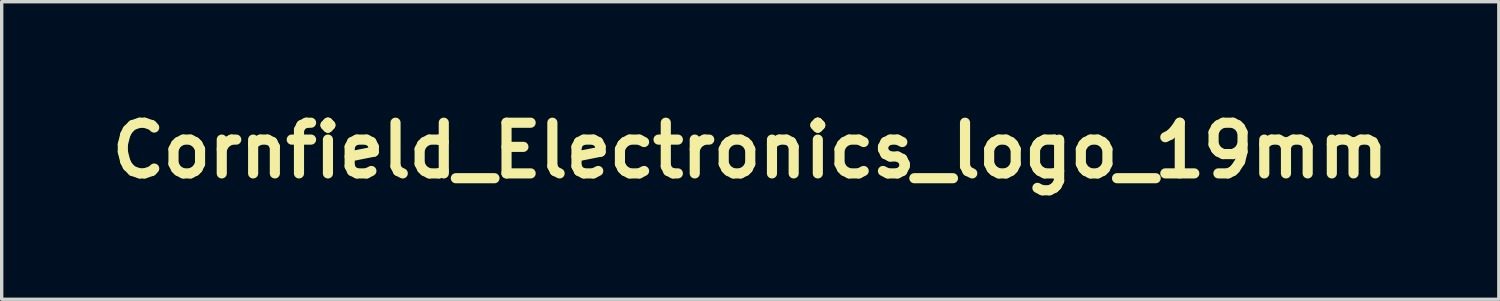
<source format=kicad_pcb>
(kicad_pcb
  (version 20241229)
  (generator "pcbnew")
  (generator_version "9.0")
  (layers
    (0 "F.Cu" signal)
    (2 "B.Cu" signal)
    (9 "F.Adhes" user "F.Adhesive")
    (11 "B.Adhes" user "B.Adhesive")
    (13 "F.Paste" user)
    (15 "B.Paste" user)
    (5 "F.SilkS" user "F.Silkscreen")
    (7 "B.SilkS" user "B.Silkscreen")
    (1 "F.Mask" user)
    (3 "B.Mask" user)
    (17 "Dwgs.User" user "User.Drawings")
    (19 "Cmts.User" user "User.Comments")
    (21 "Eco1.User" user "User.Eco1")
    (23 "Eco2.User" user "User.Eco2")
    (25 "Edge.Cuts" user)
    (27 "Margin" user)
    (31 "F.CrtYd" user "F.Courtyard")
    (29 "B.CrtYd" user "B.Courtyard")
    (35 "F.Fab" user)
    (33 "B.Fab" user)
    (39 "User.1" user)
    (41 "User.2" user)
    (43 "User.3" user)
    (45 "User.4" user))
  (footprint "Cornfield_Electronics_logo_19mm"
    (layer "F.Cu")
    (at 19.157 1.404)
    (property "Reference" "Cornfield_Electronics_logo_19mm" (at 0 0 0) (layer "F.SilkS") (effects (font (size 1.5 1.5) (thickness 0.3))))
    (attr board_only exclude_from_pos_files exclude_from_bom)
    (fp_poly (pts (xy -9.242 -0.68) (xy -9.234 -0.652) (xy -9.25 -0.616) (xy -9.278 -0.608) (xy -9.314 -0.624) (xy -9.321 -0.652) (xy -9.306 -0.688) (xy -9.278 -0.695)) (stroke (width 0) (type solid)) (fill yes) (layer "F.Mask"))
    (fp_poly (pts (xy -9.242 -0.55) (xy -9.234 -0.521) (xy -9.25 -0.485) (xy -9.278 -0.478) (xy -9.314 -0.493) (xy -9.321 -0.521) (xy -9.306 -0.558) (xy -9.278 -0.565)) (stroke (width 0) (type solid)) (fill yes) (layer "F.Mask"))
    (fp_poly (pts (xy -9.242 -0.397) (xy -9.234 -0.369) (xy -9.25 -0.333) (xy -9.278 -0.326) (xy -9.314 -0.341) (xy -9.321 -0.369) (xy -9.306 -0.406) (xy -9.278 -0.413)) (stroke (width 0) (type solid)) (fill yes) (layer "F.Mask"))
    (fp_poly (pts (xy -9.111 -0.767) (xy -9.104 -0.739) (xy -9.119 -0.702) (xy -9.147 -0.695) (xy -9.184 -0.711) (xy -9.191 -0.739) (xy -9.176 -0.775) (xy -9.147 -0.782)) (stroke (width 0) (type solid)) (fill yes) (layer "F.Mask"))
    (fp_poly (pts (xy -9.111 -0.615) (xy -9.104 -0.587) (xy -9.119 -0.55) (xy -9.147 -0.543) (xy -9.184 -0.559) (xy -9.191 -0.587) (xy -9.176 -0.623) (xy -9.147 -0.63)) (stroke (width 0) (type solid)) (fill yes) (layer "F.Mask"))
    (fp_poly (pts (xy -9.111 -0.463) (xy -9.104 -0.435) (xy -9.119 -0.398) (xy -9.147 -0.391) (xy -9.184 -0.406) (xy -9.191 -0.435) (xy -9.176 -0.471) (xy -9.147 -0.478)) (stroke (width 0) (type solid)) (fill yes) (layer "F.Mask"))
    (fp_poly (pts (xy -9.111 -0.332) (xy -9.104 -0.304) (xy -9.119 -0.268) (xy -9.147 -0.261) (xy -9.184 -0.276) (xy -9.191 -0.304) (xy -9.176 -0.341) (xy -9.147 -0.348)) (stroke (width 0) (type solid)) (fill yes) (layer "F.Mask"))
    (fp_poly (pts (xy -8.959 -0.68) (xy -8.952 -0.652) (xy -8.967 -0.616) (xy -8.995 -0.608) (xy -9.032 -0.624) (xy -9.039 -0.652) (xy -9.023 -0.688) (xy -8.995 -0.695)) (stroke (width 0) (type solid)) (fill yes) (layer "F.Mask"))
    (fp_poly (pts (xy -8.959 -0.55) (xy -8.952 -0.521) (xy -8.967 -0.485) (xy -8.995 -0.478) (xy -9.032 -0.493) (xy -9.039 -0.521) (xy -9.023 -0.558) (xy -8.995 -0.565)) (stroke (width 0) (type solid)) (fill yes) (layer "F.Mask"))
    (fp_poly (pts (xy -8.959 -0.397) (xy -8.952 -0.369) (xy -8.967 -0.333) (xy -8.995 -0.326) (xy -9.032 -0.341) (xy -9.039 -0.369) (xy -9.023 -0.406) (xy -8.995 -0.413)) (stroke (width 0) (type solid)) (fill yes) (layer "F.Mask"))
    (fp_poly (pts (xy -8.438 -0.68) (xy -8.43 -0.652) (xy -8.446 -0.616) (xy -8.474 -0.608) (xy -8.51 -0.624) (xy -8.517 -0.652) (xy -8.502 -0.688) (xy -8.474 -0.695)) (stroke (width 0) (type solid)) (fill yes) (layer "F.Mask"))
    (fp_poly (pts (xy -8.438 -0.55) (xy -8.43 -0.521) (xy -8.446 -0.485) (xy -8.474 -0.478) (xy -8.51 -0.493) (xy -8.517 -0.521) (xy -8.502 -0.558) (xy -8.474 -0.565)) (stroke (width 0) (type solid)) (fill yes) (layer "F.Mask"))
    (fp_poly (pts (xy -8.438 -0.397) (xy -8.43 -0.369) (xy -8.446 -0.333) (xy -8.474 -0.326) (xy -8.51 -0.341) (xy -8.517 -0.369) (xy -8.502 -0.406) (xy -8.474 -0.413)) (stroke (width 0) (type solid)) (fill yes) (layer "F.Mask"))
    (fp_poly (pts (xy -8.307 -0.767) (xy -8.3 -0.739) (xy -8.315 -0.702) (xy -8.344 -0.695) (xy -8.38 -0.711) (xy -8.387 -0.739) (xy -8.372 -0.775) (xy -8.344 -0.782)) (stroke (width 0) (type solid)) (fill yes) (layer "F.Mask"))
    (fp_poly (pts (xy -8.307 -0.615) (xy -8.3 -0.587) (xy -8.315 -0.55) (xy -8.344 -0.543) (xy -8.38 -0.559) (xy -8.387 -0.587) (xy -8.372 -0.623) (xy -8.344 -0.63)) (stroke (width 0) (type solid)) (fill yes) (layer "F.Mask"))
    (fp_poly (pts (xy -8.307 -0.463) (xy -8.3 -0.435) (xy -8.315 -0.398) (xy -8.344 -0.391) (xy -8.38 -0.406) (xy -8.387 -0.435) (xy -8.372 -0.471) (xy -8.344 -0.478)) (stroke (width 0) (type solid)) (fill yes) (layer "F.Mask"))
    (fp_poly (pts (xy -8.307 -0.332) (xy -8.3 -0.304) (xy -8.315 -0.268) (xy -8.344 -0.261) (xy -8.38 -0.276) (xy -8.387 -0.304) (xy -8.372 -0.341) (xy -8.344 -0.348)) (stroke (width 0) (type solid)) (fill yes) (layer "F.Mask"))
    (fp_poly (pts (xy -8.155 -0.68) (xy -8.148 -0.652) (xy -8.163 -0.616) (xy -8.191 -0.608) (xy -8.228 -0.624) (xy -8.235 -0.652) (xy -8.22 -0.688) (xy -8.191 -0.695)) (stroke (width 0) (type solid)) (fill yes) (layer "F.Mask"))
    (fp_poly (pts (xy -8.155 -0.55) (xy -8.148 -0.521) (xy -8.163 -0.485) (xy -8.191 -0.478) (xy -8.228 -0.493) (xy -8.235 -0.521) (xy -8.22 -0.558) (xy -8.191 -0.565)) (stroke (width 0) (type solid)) (fill yes) (layer "F.Mask"))
    (fp_poly (pts (xy -8.155 -0.397) (xy -8.148 -0.369) (xy -8.163 -0.333) (xy -8.191 -0.326) (xy -8.228 -0.341) (xy -8.235 -0.369) (xy -8.22 -0.406) (xy -8.191 -0.413)) (stroke (width 0) (type solid)) (fill yes) (layer "F.Mask"))
    (fp_poly (pts (xy -7.634 -0.68) (xy -7.627 -0.652) (xy -7.642 -0.616) (xy -7.67 -0.608) (xy -7.706 -0.624) (xy -7.713 -0.652) (xy -7.698 -0.688) (xy -7.67 -0.695)) (stroke (width 0) (type solid)) (fill yes) (layer "F.Mask"))
    (fp_poly (pts (xy -7.634 -0.55) (xy -7.627 -0.521) (xy -7.642 -0.485) (xy -7.67 -0.478) (xy -7.706 -0.493) (xy -7.713 -0.521) (xy -7.698 -0.558) (xy -7.67 -0.565)) (stroke (width 0) (type solid)) (fill yes) (layer "F.Mask"))
    (fp_poly (pts (xy -7.634 -0.397) (xy -7.627 -0.369) (xy -7.642 -0.333) (xy -7.67 -0.326) (xy -7.706 -0.341) (xy -7.713 -0.369) (xy -7.698 -0.406) (xy -7.67 -0.413)) (stroke (width 0) (type solid)) (fill yes) (layer "F.Mask"))
    (fp_poly (pts (xy -7.503 -0.767) (xy -7.496 -0.739) (xy -7.512 -0.702) (xy -7.54 -0.695) (xy -7.576 -0.711) (xy -7.583 -0.739) (xy -7.568 -0.775) (xy -7.54 -0.782)) (stroke (width 0) (type solid)) (fill yes) (layer "F.Mask"))
    (fp_poly (pts (xy -7.503 -0.615) (xy -7.496 -0.587) (xy -7.512 -0.55) (xy -7.54 -0.543) (xy -7.576 -0.559) (xy -7.583 -0.587) (xy -7.568 -0.623) (xy -7.54 -0.63)) (stroke (width 0) (type solid)) (fill yes) (layer "F.Mask"))
    (fp_poly (pts (xy -7.503 -0.463) (xy -7.496 -0.435) (xy -7.512 -0.398) (xy -7.54 -0.391) (xy -7.576 -0.406) (xy -7.583 -0.435) (xy -7.568 -0.471) (xy -7.54 -0.478)) (stroke (width 0) (type solid)) (fill yes) (layer "F.Mask"))
    (fp_poly (pts (xy -7.503 -0.332) (xy -7.496 -0.304) (xy -7.512 -0.268) (xy -7.54 -0.261) (xy -7.576 -0.276) (xy -7.583 -0.304) (xy -7.568 -0.341) (xy -7.54 -0.348)) (stroke (width 0) (type solid)) (fill yes) (layer "F.Mask"))
    (fp_poly (pts (xy -7.351 -0.68) (xy -7.344 -0.652) (xy -7.359 -0.616) (xy -7.388 -0.608) (xy -7.424 -0.624) (xy -7.431 -0.652) (xy -7.416 -0.688) (xy -7.388 -0.695)) (stroke (width 0) (type solid)) (fill yes) (layer "F.Mask"))
    (fp_poly (pts (xy -7.351 -0.55) (xy -7.344 -0.521) (xy -7.359 -0.485) (xy -7.388 -0.478) (xy -7.424 -0.493) (xy -7.431 -0.521) (xy -7.416 -0.558) (xy -7.388 -0.565)) (stroke (width 0) (type solid)) (fill yes) (layer "F.Mask"))
    (fp_poly (pts (xy -7.351 -0.397) (xy -7.344 -0.369) (xy -7.359 -0.333) (xy -7.388 -0.326) (xy -7.424 -0.341) (xy -7.431 -0.369) (xy -7.416 -0.406) (xy -7.388 -0.413)) (stroke (width 0) (type solid)) (fill yes) (layer "F.Mask"))
    (fp_poly (pts (xy 7.894 -0.346) (xy 7.97 -0.34) (xy 8.011 -0.332) (xy 8.018 -0.326) (xy 7.999 -0.312) (xy 7.952 -0.304) (xy 7.942 -0.304) (xy 7.866 -0.304) (xy 7.866 0.064) (xy 7.866 0.432) (xy 7.934 0.439) (xy 7.985 0.451) (xy 8.012 0.472) (xy 8.012 0.473) (xy 8.006 0.485) (xy 7.972 0.494) (xy 7.906 0.498) (xy 7.802 0.5) (xy 7.789 0.5) (xy 7.682 0.498) (xy 7.612 0.494) (xy 7.576 0.486) (xy 7.566 0.474) (xy 7.567 0.473) (xy 7.592 0.452) (xy 7.642 0.439) (xy 7.644 0.439) (xy 7.713 0.432) (xy 7.713 0.064) (xy 7.713 -0.304) (xy 7.637 -0.304) (xy 7.587 -0.31) (xy 7.562 -0.323) (xy 7.561 -0.326) (xy 7.582 -0.336) (xy 7.64 -0.343) (xy 7.73 -0.347) (xy 7.789 -0.348)) (stroke (width 0) (type solid)) (fill yes) (layer "F.Mask"))
    (fp_poly (pts (xy -1.836 -0.346) (xy -1.765 -0.341) (xy -1.716 -0.332) (xy -1.701 -0.321) (xy -1.701 -0.32) (xy -1.728 -0.302) (xy -1.778 -0.3) (xy -1.847 -0.307) (xy -1.847 0.062) (xy -1.847 0.432) (xy -1.778 0.439) (xy -1.727 0.451) (xy -1.7 0.472) (xy -1.7 0.473) (xy -1.707 0.485) (xy -1.741 0.494) (xy -1.807 0.498) (xy -1.911 0.5) (xy -1.92 0.5) (xy -2.015 0.498) (xy -2.093 0.493) (xy -2.145 0.486) (xy -2.161 0.48) (xy -2.155 0.458) (xy -2.117 0.441) (xy -2.062 0.435) (xy -2.047 0.432) (xy -2.036 0.421) (xy -2.029 0.396) (xy -2.024 0.349) (xy -2.022 0.276) (xy -2.021 0.17) (xy -2.021 0.065) (xy -2.021 -0.304) (xy -2.098 -0.304) (xy -2.147 -0.309) (xy -2.163 -0.323) (xy -2.162 -0.326) (xy -2.136 -0.337) (xy -2.08 -0.344) (xy -2.004 -0.348) (xy -1.919 -0.349)) (stroke (width 0) (type solid)) (fill yes) (layer "F.Mask"))
    (fp_poly (pts (xy 2.257 -0.346) (xy 2.332 -0.341) (xy 2.379 -0.334) (xy 2.39 -0.327) (xy 2.371 -0.312) (xy 2.325 -0.301) (xy 2.319 -0.3) (xy 2.249 -0.293) (xy 2.243 0.071) (xy 2.237 0.435) (xy 2.362 0.434) (xy 2.452 0.43) (xy 2.509 0.416) (xy 2.541 0.386) (xy 2.559 0.335) (xy 2.561 0.328) (xy 2.577 0.274) (xy 2.595 0.262) (xy 2.609 0.286) (xy 2.618 0.345) (xy 2.618 0.375) (xy 2.618 0.489) (xy 2.276 0.495) (xy 2.152 0.496) (xy 2.051 0.494) (xy 1.977 0.49) (xy 1.938 0.484) (xy 1.934 0.481) (xy 1.953 0.456) (xy 2.001 0.439) (xy 2.044 0.435) (xy 2.059 0.432) (xy 2.07 0.421) (xy 2.078 0.396) (xy 2.082 0.349) (xy 2.085 0.276) (xy 2.086 0.17) (xy 2.086 0.065) (xy 2.086 -0.304) (xy 2.01 -0.304) (xy 1.96 -0.31) (xy 1.934 -0.323) (xy 1.934 -0.326) (xy 1.955 -0.336) (xy 2.013 -0.343) (xy 2.103 -0.347) (xy 2.162 -0.348)) (stroke (width 0) (type solid)) (fill yes) (layer "F.Mask"))
    (fp_poly (pts (xy -0.493 -0.346) (xy -0.417 -0.34) (xy -0.375 -0.332) (xy -0.369 -0.326) (xy -0.388 -0.312) (xy -0.435 -0.304) (xy -0.445 -0.304) (xy -0.521 -0.304) (xy -0.521 0.066) (xy -0.521 0.437) (xy -0.388 0.43) (xy -0.306 0.423) (xy -0.256 0.406) (xy -0.228 0.371) (xy -0.21 0.311) (xy -0.207 0.299) (xy -0.191 0.25) (xy -0.175 0.24) (xy -0.162 0.267) (xy -0.153 0.326) (xy -0.152 0.369) (xy -0.152 0.5) (xy -0.488 0.5) (xy -0.604 0.499) (xy -0.704 0.495) (xy -0.781 0.49) (xy -0.826 0.484) (xy -0.835 0.48) (xy -0.829 0.458) (xy -0.792 0.441) (xy -0.739 0.435) (xy -0.715 0.431) (xy -0.698 0.415) (xy -0.686 0.381) (xy -0.679 0.323) (xy -0.675 0.235) (xy -0.674 0.112) (xy -0.674 0.065) (xy -0.674 -0.047) (xy -0.677 -0.146) (xy -0.681 -0.221) (xy -0.685 -0.265) (xy -0.687 -0.27) (xy -0.718 -0.296) (xy -0.763 -0.304) (xy -0.808 -0.311) (xy -0.826 -0.326) (xy -0.805 -0.336) (xy -0.747 -0.343) (xy -0.657 -0.347) (xy -0.598 -0.348)) (stroke (width 0) (type solid)) (fill yes) (layer "F.Mask"))
    (fp_poly (pts (xy -4.069 -0.36) (xy -4.022 -0.327) (xy -4.001 -0.273) (xy -4.002 -0.251) (xy -4.023 -0.188) (xy -4.063 -0.158) (xy -4.109 -0.159) (xy -4.149 -0.193) (xy -4.172 -0.252) (xy -4.184 -0.315) (xy -4.243 -0.252) (xy -4.285 -0.198) (xy -4.314 -0.133) (xy -4.333 -0.049) (xy -4.343 0.062) (xy -4.345 0.2) (xy -4.346 0.432) (xy -4.277 0.439) (xy -4.226 0.451) (xy -4.199 0.472) (xy -4.199 0.473) (xy -4.206 0.485) (xy -4.239 0.494) (xy -4.305 0.498) (xy -4.409 0.5) (xy -4.422 0.5) (xy -4.529 0.498) (xy -4.599 0.494) (xy -4.636 0.486) (xy -4.645 0.474) (xy -4.644 0.473) (xy -4.619 0.452) (xy -4.569 0.439) (xy -4.567 0.439) (xy -4.498 0.432) (xy -4.498 0.064) (xy -4.498 -0.304) (xy -4.574 -0.304) (xy -4.624 -0.31) (xy -4.649 -0.323) (xy -4.65 -0.326) (xy -4.631 -0.34) (xy -4.583 -0.347) (xy -4.566 -0.348) (xy -4.489 -0.351) (xy -4.418 -0.36) (xy -4.413 -0.361) (xy -4.367 -0.367) (xy -4.348 -0.352) (xy -4.346 -0.316) (xy -4.346 -0.257) (xy -4.279 -0.313) (xy -4.207 -0.355) (xy -4.134 -0.37)) (stroke (width 0) (type solid)) (fill yes) (layer "F.Mask"))
    (fp_poly (pts (xy -5.772 -0.362) (xy -5.683 -0.327) (xy -5.623 -0.272) (xy -5.589 -0.205) (xy -5.583 -0.137) (xy -5.608 -0.079) (xy -5.633 -0.057) (xy -5.68 -0.047) (xy -5.72 -0.068) (xy -5.748 -0.11) (xy -5.756 -0.16) (xy -5.737 -0.206) (xy -5.726 -0.217) (xy -5.704 -0.241) (xy -5.718 -0.263) (xy -5.731 -0.274) (xy -5.792 -0.299) (xy -5.869 -0.301) (xy -5.931 -0.283) (xy -5.975 -0.236) (xy -6.006 -0.151) (xy -6.023 -0.03) (xy -6.027 0.087) (xy -6.023 0.205) (xy -6.009 0.29) (xy -5.989 0.343) (xy -5.933 0.412) (xy -5.863 0.445) (xy -5.788 0.443) (xy -5.719 0.406) (xy -5.664 0.334) (xy -5.66 0.325) (xy -5.633 0.273) (xy -5.61 0.242) (xy -5.604 0.239) (xy -5.577 0.254) (xy -5.574 0.293) (xy -5.591 0.346) (xy -5.623 0.403) (xy -5.667 0.454) (xy -5.702 0.48) (xy -5.803 0.518) (xy -5.909 0.515) (xy -6.014 0.47) (xy -6.037 0.454) (xy -6.115 0.381) (xy -6.165 0.293) (xy -6.192 0.18) (xy -6.198 0.076) (xy -6.188 -0.061) (xy -6.154 -0.171) (xy -6.091 -0.264) (xy -6.062 -0.294) (xy -5.979 -0.345) (xy -5.878 -0.368)) (stroke (width 0) (type solid)) (fill yes) (layer "F.Mask"))
    (fp_poly (pts (xy 8.558 -0.354) (xy 8.641 -0.311) (xy 8.688 -0.255) (xy 8.709 -0.189) (xy 8.706 -0.126) (xy 8.683 -0.076) (xy 8.646 -0.047) (xy 8.6 -0.05) (xy 8.588 -0.057) (xy 8.551 -0.1) (xy 8.544 -0.156) (xy 8.566 -0.204) (xy 8.575 -0.212) (xy 8.602 -0.236) (xy 8.595 -0.255) (xy 8.573 -0.273) (xy 8.511 -0.299) (xy 8.437 -0.302) (xy 8.373 -0.283) (xy 8.354 -0.268) (xy 8.316 -0.217) (xy 8.291 -0.15) (xy 8.277 -0.057) (xy 8.273 0.065) (xy 8.281 0.218) (xy 8.307 0.332) (xy 8.351 0.407) (xy 8.414 0.444) (xy 8.496 0.443) (xy 8.517 0.437) (xy 8.587 0.401) (xy 8.638 0.335) (xy 8.638 0.333) (xy 8.675 0.276) (xy 8.706 0.245) (xy 8.726 0.244) (xy 8.729 0.276) (xy 8.725 0.295) (xy 8.692 0.377) (xy 8.639 0.449) (xy 8.579 0.496) (xy 8.568 0.501) (xy 8.494 0.517) (xy 8.41 0.519) (xy 8.337 0.506) (xy 8.313 0.496) (xy 8.211 0.415) (xy 8.142 0.308) (xy 8.106 0.174) (xy 8.1 0.087) (xy 8.113 -0.063) (xy 8.154 -0.187) (xy 8.222 -0.281) (xy 8.314 -0.343) (xy 8.428 -0.369) (xy 8.452 -0.369)) (stroke (width 0) (type solid)) (fill yes) (layer "F.Mask"))
    (fp_poly (pts (xy 0.295 -0.346) (xy 0.381 -0.342) (xy 0.443 -0.333) (xy 0.491 -0.318) (xy 0.517 -0.306) (xy 0.614 -0.235) (xy 0.681 -0.139) (xy 0.72 -0.027) (xy 0.729 0.092) (xy 0.709 0.21) (xy 0.66 0.319) (xy 0.582 0.41) (xy 0.519 0.455) (xy 0.478 0.475) (xy 0.433 0.487) (xy 0.373 0.495) (xy 0.288 0.499) (xy 0.174 0.5) (xy 0.058 0.499) (xy -0.02 0.495) (xy -0.065 0.488) (xy -0.082 0.478) (xy -0.081 0.473) (xy -0.056 0.45) (xy -0.009 0.434) (xy 0.054 0.423) (xy 0.054 0.076) (xy 0.217 0.076) (xy 0.217 0.435) (xy 0.303 0.435) (xy 0.375 0.428) (xy 0.437 0.412) (xy 0.444 0.41) (xy 0.495 0.366) (xy 0.529 0.287) (xy 0.548 0.172) (xy 0.552 0.054) (xy 0.542 -0.081) (xy 0.517 -0.183) (xy 0.476 -0.249) (xy 0.444 -0.269) (xy 0.402 -0.277) (xy 0.337 -0.282) (xy 0.313 -0.282) (xy 0.217 -0.282) (xy 0.217 0.076) (xy 0.054 0.076) (xy 0.054 0.065) (xy 0.054 -0.293) (xy -0.016 -0.3) (xy -0.064 -0.31) (xy -0.087 -0.326) (xy -0.087 -0.327) (xy -0.066 -0.335) (xy -0.01 -0.342) (xy 0.074 -0.346) (xy 0.175 -0.348)) (stroke (width 0) (type solid)) (fill yes) (layer "F.Mask"))
    (fp_poly (pts (xy 3.177 -0.35) (xy 3.27 -0.297) (xy 3.334 -0.214) (xy 3.366 -0.106) (xy 3.368 -0.064) (xy 3.368 0) (xy 3.115 0) (xy 2.862 0) (xy 2.876 0.132) (xy 2.898 0.262) (xy 2.935 0.355) (xy 2.988 0.413) (xy 3.032 0.435) (xy 3.119 0.444) (xy 3.197 0.412) (xy 3.268 0.337) (xy 3.276 0.326) (xy 3.322 0.266) (xy 3.353 0.243) (xy 3.367 0.259) (xy 3.368 0.273) (xy 3.352 0.33) (xy 3.312 0.396) (xy 3.26 0.456) (xy 3.215 0.489) (xy 3.144 0.512) (xy 3.058 0.52) (xy 2.976 0.513) (xy 2.925 0.496) (xy 2.823 0.419) (xy 2.756 0.321) (xy 2.719 0.198) (xy 2.71 0.071) (xy 2.714 -0.023) (xy 2.727 -0.093) (xy 2.734 -0.111) (xy 2.896 -0.111) (xy 2.921 -0.094) (xy 2.978 -0.088) (xy 3.053 -0.087) (xy 3.216 -0.087) (xy 3.216 -0.152) (xy 3.199 -0.228) (xy 3.157 -0.277) (xy 3.098 -0.3) (xy 3.032 -0.294) (xy 2.969 -0.257) (xy 2.923 -0.196) (xy 2.898 -0.144) (xy 2.896 -0.111) (xy 2.734 -0.111) (xy 2.753 -0.155) (xy 2.768 -0.182) (xy 2.847 -0.283) (xy 2.944 -0.346) (xy 3.055 -0.369) (xy 3.062 -0.369)) (stroke (width 0) (type solid)) (fill yes) (layer "F.Mask"))
    (fp_poly (pts (xy 3.958 -0.355) (xy 4.042 -0.315) (xy 4.099 -0.256) (xy 4.124 -0.183) (xy 4.115 -0.112) (xy 4.081 -0.063) (xy 4.034 -0.044) (xy 3.987 -0.056) (xy 3.955 -0.098) (xy 3.938 -0.145) (xy 3.937 -0.17) (xy 3.957 -0.195) (xy 3.97 -0.208) (xy 3.994 -0.238) (xy 3.985 -0.259) (xy 3.965 -0.274) (xy 3.893 -0.304) (xy 3.818 -0.297) (xy 3.752 -0.256) (xy 3.705 -0.186) (xy 3.695 -0.157) (xy 3.679 -0.065) (xy 3.673 0.047) (xy 3.676 0.162) (xy 3.69 0.264) (xy 3.706 0.323) (xy 3.755 0.399) (xy 3.82 0.44) (xy 3.894 0.447) (xy 3.966 0.418) (xy 4.028 0.355) (xy 4.05 0.317) (xy 4.083 0.26) (xy 4.109 0.242) (xy 4.125 0.262) (xy 4.128 0.296) (xy 4.109 0.357) (xy 4.051 0.43) (xy 4.044 0.437) (xy 3.988 0.488) (xy 3.941 0.513) (xy 3.884 0.521) (xy 3.865 0.521) (xy 3.787 0.513) (xy 3.714 0.495) (xy 3.701 0.49) (xy 3.625 0.435) (xy 3.565 0.347) (xy 3.523 0.238) (xy 3.503 0.116) (xy 3.506 -0.009) (xy 3.534 -0.128) (xy 3.542 -0.149) (xy 3.608 -0.259) (xy 3.692 -0.331) (xy 3.798 -0.366) (xy 3.853 -0.369)) (stroke (width 0) (type solid)) (fill yes) (layer "F.Mask"))
    (fp_poly (pts (xy 6.188 -0.361) (xy 6.265 -0.331) (xy 6.334 -0.273) (xy 6.342 -0.264) (xy 6.405 -0.174) (xy 6.44 -0.069) (xy 6.453 0.062) (xy 6.453 0.079) (xy 6.438 0.226) (xy 6.393 0.348) (xy 6.321 0.44) (xy 6.296 0.46) (xy 6.227 0.493) (xy 6.14 0.512) (xy 6.053 0.517) (xy 5.981 0.505) (xy 5.964 0.497) (xy 5.888 0.436) (xy 5.817 0.355) (xy 5.767 0.271) (xy 5.767 0.271) (xy 5.743 0.176) (xy 5.74 0.099) (xy 5.909 0.099) (xy 5.915 0.213) (xy 5.933 0.309) (xy 5.971 0.386) (xy 6.03 0.437) (xy 6.098 0.457) (xy 6.168 0.443) (xy 6.213 0.409) (xy 6.252 0.348) (xy 6.276 0.261) (xy 6.288 0.142) (xy 6.289 0.054) (xy 6.28 -0.076) (xy 6.258 -0.181) (xy 6.224 -0.253) (xy 6.192 -0.283) (xy 6.126 -0.302) (xy 6.054 -0.3) (xy 5.997 -0.278) (xy 5.988 -0.271) (xy 5.955 -0.214) (xy 5.93 -0.126) (xy 5.914 -0.018) (xy 5.909 0.099) (xy 5.74 0.099) (xy 5.738 0.061) (xy 5.75 -0.053) (xy 5.777 -0.141) (xy 5.819 -0.211) (xy 5.877 -0.28) (xy 5.896 -0.299) (xy 5.956 -0.344) (xy 6.012 -0.365) (xy 6.086 -0.369)) (stroke (width 0) (type solid)) (fill yes) (layer "F.Mask"))
    (fp_poly (pts (xy 5.637 -0.358) (xy 5.679 -0.32) (xy 5.69 -0.252) (xy 5.689 -0.235) (xy 5.678 -0.185) (xy 5.651 -0.163) (xy 5.612 -0.156) (xy 5.562 -0.157) (xy 5.538 -0.178) (xy 5.529 -0.211) (xy 5.517 -0.261) (xy 5.511 -0.29) (xy 5.495 -0.288) (xy 5.461 -0.262) (xy 5.45 -0.251) (xy 5.405 -0.189) (xy 5.373 -0.104) (xy 5.354 0.011) (xy 5.346 0.159) (xy 5.345 0.215) (xy 5.345 0.432) (xy 5.414 0.439) (xy 5.465 0.451) (xy 5.492 0.472) (xy 5.492 0.473) (xy 5.485 0.485) (xy 5.451 0.494) (xy 5.385 0.498) (xy 5.282 0.5) (xy 5.271 0.5) (xy 5.166 0.499) (xy 5.098 0.495) (xy 5.059 0.488) (xy 5.043 0.476) (xy 5.041 0.467) (xy 5.057 0.443) (xy 5.11 0.435) (xy 5.117 0.435) (xy 5.193 0.435) (xy 5.193 0.065) (xy 5.193 -0.304) (xy 5.117 -0.304) (xy 5.067 -0.31) (xy 5.042 -0.323) (xy 5.041 -0.326) (xy 5.06 -0.34) (xy 5.108 -0.347) (xy 5.125 -0.348) (xy 5.202 -0.351) (xy 5.273 -0.36) (xy 5.277 -0.361) (xy 5.324 -0.367) (xy 5.342 -0.352) (xy 5.345 -0.316) (xy 5.345 -0.257) (xy 5.412 -0.313) (xy 5.494 -0.36) (xy 5.561 -0.369)) (stroke (width 0) (type solid)) (fill yes) (layer "F.Mask"))
    (fp_poly (pts (xy -5 -0.36) (xy -4.9 -0.318) (xy -4.814 -0.241) (xy -4.777 -0.188) (xy -4.75 -0.131) (xy -4.734 -0.072) (xy -4.727 0.006) (xy -4.726 0.078) (xy -4.728 0.17) (xy -4.735 0.235) (xy -4.751 0.285) (xy -4.78 0.335) (xy -4.786 0.345) (xy -4.872 0.442) (xy -4.971 0.502) (xy -5.079 0.521) (xy -5.192 0.499) (xy -5.236 0.478) (xy -5.298 0.433) (xy -5.356 0.371) (xy -5.367 0.356) (xy -5.395 0.307) (xy -5.412 0.254) (xy -5.422 0.184) (xy -5.424 0.147) (xy -5.266 0.147) (xy -5.259 0.243) (xy -5.252 0.284) (xy -5.218 0.372) (xy -5.164 0.43) (xy -5.097 0.456) (xy -5.026 0.446) (xy -4.966 0.405) (xy -4.929 0.344) (xy -4.904 0.253) (xy -4.889 0.143) (xy -4.887 0.027) (xy -4.896 -0.083) (xy -4.918 -0.177) (xy -4.946 -0.232) (xy -5.008 -0.286) (xy -5.081 -0.305) (xy -5.153 -0.288) (xy -5.212 -0.238) (xy -5.227 -0.215) (xy -5.245 -0.155) (xy -5.258 -0.066) (xy -5.265 0.039) (xy -5.266 0.147) (xy -5.424 0.147) (xy -5.427 0.089) (xy -5.429 -0.008) (xy -5.424 -0.075) (xy -5.412 -0.126) (xy -5.389 -0.175) (xy -5.384 -0.184) (xy -5.306 -0.28) (xy -5.212 -0.341) (xy -5.107 -0.368)) (stroke (width 0) (type solid)) (fill yes) (layer "F.Mask"))
    (fp_poly (pts (xy -1.14 -0.356) (xy -1.071 -0.332) (xy -1.047 -0.313) (xy -0.978 -0.226) (xy -0.942 -0.147) (xy -0.934 -0.083) (xy -0.934 -0.001) (xy -1.179 0.005) (xy -1.423 0.011) (xy -1.418 0.13) (xy -1.401 0.26) (xy -1.362 0.358) (xy -1.305 0.421) (xy -1.231 0.448) (xy -1.146 0.436) (xy -1.073 0.392) (xy -1.024 0.325) (xy -0.984 0.266) (xy -0.954 0.241) (xy -0.937 0.253) (xy -0.934 0.277) (xy -0.951 0.338) (xy -0.993 0.405) (xy -1.048 0.464) (xy -1.084 0.488) (xy -1.178 0.516) (xy -1.285 0.516) (xy -1.38 0.49) (xy -1.475 0.428) (xy -1.539 0.336) (xy -1.575 0.215) (xy -1.583 0.062) (xy -1.583 0.055) (xy -1.577 -0.04) (xy -1.566 -0.106) (xy -1.561 -0.12) (xy -1.411 -0.12) (xy -1.39 -0.098) (xy -1.334 -0.089) (xy -1.249 -0.087) (xy -1.086 -0.087) (xy -1.086 -0.152) (xy -1.103 -0.227) (xy -1.147 -0.277) (xy -1.207 -0.3) (xy -1.274 -0.292) (xy -1.337 -0.251) (xy -1.363 -0.219) (xy -1.4 -0.158) (xy -1.411 -0.12) (xy -1.561 -0.12) (xy -1.546 -0.159) (xy -1.514 -0.211) (xy -1.512 -0.215) (xy -1.461 -0.277) (xy -1.405 -0.326) (xy -1.383 -0.341) (xy -1.312 -0.362) (xy -1.225 -0.367)) (stroke (width 0) (type solid)) (fill yes) (layer "F.Mask"))
    (fp_poly (pts (xy 4.828 -0.356) (xy 4.897 -0.351) (xy 4.941 -0.339) (xy 4.964 -0.319) (xy 4.974 -0.287) (xy 4.976 -0.241) (xy 4.976 -0.205) (xy 4.971 -0.141) (xy 4.956 -0.112) (xy 4.943 -0.109) (xy 4.917 -0.127) (xy 4.911 -0.154) (xy 4.898 -0.225) (xy 4.858 -0.267) (xy 4.785 -0.282) (xy 4.769 -0.282) (xy 4.672 -0.282) (xy 4.672 0.076) (xy 4.672 0.208) (xy 4.673 0.304) (xy 4.676 0.368) (xy 4.682 0.406) (xy 4.69 0.426) (xy 4.703 0.434) (xy 4.713 0.435) (xy 4.772 0.443) (xy 4.813 0.462) (xy 4.824 0.48) (xy 4.803 0.488) (xy 4.749 0.495) (xy 4.668 0.499) (xy 4.595 0.5) (xy 4.502 0.498) (xy 4.427 0.493) (xy 4.379 0.487) (xy 4.367 0.48) (xy 4.387 0.456) (xy 4.434 0.439) (xy 4.478 0.435) (xy 4.493 0.432) (xy 4.504 0.421) (xy 4.512 0.395) (xy 4.516 0.348) (xy 4.518 0.274) (xy 4.519 0.166) (xy 4.519 0.075) (xy 4.519 -0.285) (xy 4.416 -0.278) (xy 4.353 -0.272) (xy 4.318 -0.256) (xy 4.298 -0.222) (xy 4.289 -0.197) (xy 4.262 -0.133) (xy 4.24 -0.111) (xy 4.225 -0.131) (xy 4.219 -0.19) (xy 4.22 -0.228) (xy 4.226 -0.351) (xy 4.59 -0.355) (xy 4.728 -0.356)) (stroke (width 0) (type solid)) (fill yes) (layer "F.Mask"))
    (fp_poly (pts (xy 1.633 -0.356) (xy 1.721 -0.315) (xy 1.785 -0.242) (xy 1.8 -0.213) (xy 1.828 -0.143) (xy 1.845 -0.079) (xy 1.847 -0.058) (xy 1.847 0) (xy 1.594 0) (xy 1.341 0) (xy 1.353 0.136) (xy 1.369 0.253) (xy 1.397 0.336) (xy 1.441 0.392) (xy 1.487 0.422) (xy 1.573 0.444) (xy 1.651 0.424) (xy 1.722 0.361) (xy 1.745 0.33) (xy 1.791 0.27) (xy 1.825 0.241) (xy 1.844 0.245) (xy 1.847 0.26) (xy 1.833 0.31) (xy 1.799 0.374) (xy 1.755 0.434) (xy 1.722 0.466) (xy 1.661 0.494) (xy 1.579 0.512) (xy 1.495 0.517) (xy 1.425 0.507) (xy 1.404 0.498) (xy 1.295 0.411) (xy 1.224 0.305) (xy 1.186 0.173) (xy 1.182 0.149) (xy 1.182 0.012) (xy 1.21 -0.113) (xy 1.212 -0.118) (xy 1.37 -0.118) (xy 1.394 -0.097) (xy 1.453 -0.088) (xy 1.532 -0.087) (xy 1.615 -0.088) (xy 1.664 -0.093) (xy 1.688 -0.104) (xy 1.695 -0.123) (xy 1.695 -0.129) (xy 1.681 -0.208) (xy 1.643 -0.268) (xy 1.598 -0.295) (xy 1.51 -0.299) (xy 1.44 -0.266) (xy 1.402 -0.218) (xy 1.374 -0.157) (xy 1.37 -0.118) (xy 1.212 -0.118) (xy 1.263 -0.22) (xy 1.336 -0.302) (xy 1.426 -0.354) (xy 1.515 -0.369)) (stroke (width 0) (type solid)) (fill yes) (layer "F.Mask"))
    (fp_poly (pts (xy -2.238 -0.228) (xy -2.241 -0.156) (xy -2.251 -0.119) (xy -2.271 -0.109) (xy -2.297 -0.128) (xy -2.303 -0.169) (xy -2.312 -0.227) (xy -2.343 -0.262) (xy -2.404 -0.279) (xy -2.481 -0.282) (xy -2.607 -0.282) (xy -2.607 -0.13) (xy -2.607 0.022) (xy -2.523 0.022) (xy -2.466 0.017) (xy -2.437 -0.001) (xy -2.425 -0.033) (xy -2.407 -0.079) (xy -2.391 -0.086) (xy -2.378 -0.056) (xy -2.37 0.007) (xy -2.368 0.065) (xy -2.37 0.14) (xy -2.373 0.194) (xy -2.378 0.217) (xy -2.379 0.217) (xy -2.394 0.2) (xy -2.42 0.158) (xy -2.423 0.152) (xy -2.456 0.106) (xy -2.501 0.088) (xy -2.532 0.087) (xy -2.607 0.087) (xy -2.607 0.259) (xy -2.607 0.432) (xy -2.538 0.439) (xy -2.488 0.451) (xy -2.461 0.472) (xy -2.461 0.473) (xy -2.467 0.485) (xy -2.501 0.494) (xy -2.567 0.498) (xy -2.671 0.5) (xy -2.682 0.5) (xy -2.776 0.498) (xy -2.851 0.493) (xy -2.899 0.486) (xy -2.912 0.48) (xy -2.893 0.462) (xy -2.848 0.446) (xy -2.846 0.445) (xy -2.781 0.431) (xy -2.781 0.063) (xy -2.781 -0.304) (xy -2.859 -0.304) (xy -2.908 -0.309) (xy -2.924 -0.323) (xy -2.922 -0.326) (xy -2.896 -0.334) (xy -2.832 -0.341) (xy -2.735 -0.345) (xy -2.612 -0.348) (xy -2.573 -0.348) (xy -2.238 -0.348)) (stroke (width 0) (type solid)) (fill yes) (layer "F.Mask"))
    (fp_poly (pts (xy 9.27 -0.357) (xy 9.348 -0.322) (xy 9.4 -0.27) (xy 9.417 -0.207) (xy 9.409 -0.164) (xy 9.377 -0.121) (xy 9.336 -0.11) (xy 9.298 -0.128) (xy 9.271 -0.168) (xy 9.268 -0.225) (xy 9.27 -0.235) (xy 9.265 -0.275) (xy 9.231 -0.297) (xy 9.179 -0.304) (xy 9.12 -0.295) (xy 9.063 -0.272) (xy 9.021 -0.235) (xy 9.007 -0.21) (xy 8.997 -0.158) (xy 9.012 -0.115) (xy 9.056 -0.078) (xy 9.135 -0.039) (xy 9.192 -0.017) (xy 9.314 0.037) (xy 9.398 0.097) (xy 9.448 0.168) (xy 9.467 0.235) (xy 9.458 0.32) (xy 9.418 0.405) (xy 9.353 0.473) (xy 9.321 0.494) (xy 9.257 0.512) (xy 9.172 0.519) (xy 9.086 0.515) (xy 9.028 0.501) (xy 8.956 0.457) (xy 8.899 0.396) (xy 8.868 0.331) (xy 8.865 0.308) (xy 8.878 0.246) (xy 8.91 0.208) (xy 8.953 0.202) (xy 8.97 0.21) (xy 9.001 0.247) (xy 9.014 0.296) (xy 9.005 0.338) (xy 8.994 0.348) (xy 8.987 0.369) (xy 9.012 0.394) (xy 9.058 0.419) (xy 9.115 0.437) (xy 9.169 0.442) (xy 9.266 0.426) (xy 9.33 0.385) (xy 9.356 0.335) (xy 9.356 0.28) (xy 9.322 0.232) (xy 9.251 0.188) (xy 9.154 0.151) (xy 9.025 0.095) (xy 8.939 0.029) (xy 8.894 -0.049) (xy 8.887 -0.098) (xy 8.905 -0.206) (xy 8.958 -0.29) (xy 9.041 -0.346) (xy 9.15 -0.369) (xy 9.169 -0.369)) (stroke (width 0) (type solid)) (fill yes) (layer "F.Mask"))
    (fp_poly (pts (xy -3.29 -0.364) (xy -3.231 -0.346) (xy -3.187 -0.308) (xy -3.158 -0.247) (xy -3.14 -0.158) (xy -3.131 -0.035) (xy -3.129 0.117) (xy -3.129 0.432) (xy -3.06 0.439) (xy -3.009 0.451) (xy -2.982 0.472) (xy -2.982 0.473) (xy -2.989 0.486) (xy -3.023 0.494) (xy -3.09 0.498) (xy -3.192 0.5) (xy -3.294 0.499) (xy -3.36 0.495) (xy -3.396 0.487) (xy -3.41 0.474) (xy -3.411 0.467) (xy -3.392 0.441) (xy -3.346 0.435) (xy -3.281 0.435) (xy -3.281 0.11) (xy -3.282 -0.006) (xy -3.284 -0.109) (xy -3.288 -0.189) (xy -3.292 -0.239) (xy -3.294 -0.248) (xy -3.326 -0.275) (xy -3.377 -0.282) (xy -3.456 -0.262) (xy -3.522 -0.203) (xy -3.574 -0.109) (xy -3.609 0.016) (xy -3.627 0.17) (xy -3.629 0.238) (xy -3.629 0.432) (xy -3.57 0.439) (xy -3.524 0.453) (xy -3.504 0.473) (xy -3.51 0.486) (xy -3.545 0.494) (xy -3.612 0.498) (xy -3.714 0.5) (xy -3.815 0.499) (xy -3.881 0.495) (xy -3.917 0.487) (xy -3.932 0.474) (xy -3.933 0.467) (xy -3.916 0.443) (xy -3.864 0.435) (xy -3.857 0.435) (xy -3.781 0.435) (xy -3.781 0.065) (xy -3.781 -0.304) (xy -3.857 -0.304) (xy -3.907 -0.31) (xy -3.932 -0.323) (xy -3.933 -0.326) (xy -3.914 -0.34) (xy -3.866 -0.347) (xy -3.849 -0.348) (xy -3.772 -0.351) (xy -3.701 -0.36) (xy -3.696 -0.361) (xy -3.653 -0.368) (xy -3.634 -0.356) (xy -3.629 -0.316) (xy -3.629 -0.288) (xy -3.629 -0.201) (xy -3.544 -0.285) (xy -3.487 -0.337) (xy -3.438 -0.362) (xy -3.38 -0.369) (xy -3.369 -0.369)) (stroke (width 0) (type solid)) (fill yes) (layer "F.Mask"))
    (fp_poly (pts (xy 7.178 -0.363) (xy 7.229 -0.348) (xy 7.238 -0.342) (xy 7.273 -0.31) (xy 7.299 -0.275) (xy 7.317 -0.231) (xy 7.329 -0.17) (xy 7.336 -0.084) (xy 7.342 0.035) (xy 7.344 0.096) (xy 7.355 0.424) (xy 7.426 0.431) (xy 7.478 0.444) (xy 7.496 0.469) (xy 7.488 0.483) (xy 7.459 0.493) (xy 7.402 0.498) (xy 7.31 0.5) (xy 7.279 0.5) (xy 7.174 0.497) (xy 7.102 0.49) (xy 7.065 0.479) (xy 7.066 0.466) (xy 7.107 0.45) (xy 7.127 0.445) (xy 7.192 0.431) (xy 7.192 0.109) (xy 7.191 -0.008) (xy 7.189 -0.11) (xy 7.185 -0.19) (xy 7.181 -0.239) (xy 7.179 -0.248) (xy 7.148 -0.276) (xy 7.095 -0.283) (xy 7.035 -0.269) (xy 6.984 -0.237) (xy 6.981 -0.234) (xy 6.927 -0.166) (xy 6.89 -0.093) (xy 6.867 -0.005) (xy 6.853 0.11) (xy 6.848 0.199) (xy 6.84 0.431) (xy 6.9 0.438) (xy 6.947 0.452) (xy 6.969 0.473) (xy 6.963 0.486) (xy 6.928 0.494) (xy 6.861 0.498) (xy 6.757 0.5) (xy 6.653 0.498) (xy 6.586 0.494) (xy 6.552 0.485) (xy 6.545 0.473) (xy 6.571 0.452) (xy 6.621 0.439) (xy 6.624 0.439) (xy 6.693 0.432) (xy 6.687 0.069) (xy 6.681 -0.293) (xy 6.611 -0.3) (xy 6.556 -0.31) (xy 6.541 -0.324) (xy 6.561 -0.337) (xy 6.612 -0.346) (xy 6.658 -0.348) (xy 6.731 -0.35) (xy 6.789 -0.356) (xy 6.81 -0.361) (xy 6.832 -0.361) (xy 6.842 -0.334) (xy 6.844 -0.288) (xy 6.844 -0.202) (xy 6.932 -0.286) (xy 6.992 -0.337) (xy 7.042 -0.362) (xy 7.101 -0.369) (xy 7.113 -0.369)) (stroke (width 0) (type solid)) (fill yes) (layer "F.Mask"))
    (fp_poly (pts (xy -7.309 -0.182) (xy -7.301 -0.163) (xy -7.283 -0.134) (xy -7.268 -0.13) (xy -7.241 -0.112) (xy -7.235 -0.087) (xy -7.251 -0.051) (xy -7.279 -0.043) (xy -7.314 -0.057) (xy -7.322 -0.076) (xy -7.334 -0.105) (xy -7.344 -0.109) (xy -7.363 -0.091) (xy -7.366 -0.076) (xy -7.383 -0.047) (xy -7.398 -0.043) (xy -7.427 -0.026) (xy -7.431 -0.01) (xy -7.449 0.026) (xy -7.464 0.036) (xy -7.484 0.06) (xy -7.495 0.104) (xy -7.494 0.147) (xy -7.481 0.172) (xy -7.474 0.174) (xy -7.455 0.156) (xy -7.453 0.141) (xy -7.435 0.112) (xy -7.42 0.109) (xy -7.391 0.091) (xy -7.388 0.076) (xy -7.369 0.05) (xy -7.344 0.043) (xy -7.309 0.057) (xy -7.301 0.076) (xy -7.283 0.105) (xy -7.268 0.109) (xy -7.241 0.127) (xy -7.235 0.152) (xy -7.251 0.188) (xy -7.279 0.196) (xy -7.314 0.182) (xy -7.322 0.163) (xy -7.334 0.134) (xy -7.344 0.13) (xy -7.363 0.148) (xy -7.366 0.163) (xy -7.383 0.192) (xy -7.398 0.196) (xy -7.427 0.213) (xy -7.431 0.229) (xy -7.449 0.265) (xy -7.464 0.275) (xy -7.486 0.299) (xy -7.496 0.34) (xy -7.492 0.376) (xy -7.474 0.391) (xy -7.455 0.374) (xy -7.453 0.359) (xy -7.435 0.33) (xy -7.42 0.326) (xy -7.391 0.309) (xy -7.388 0.293) (xy -7.369 0.267) (xy -7.344 0.261) (xy -7.309 0.274) (xy -7.301 0.293) (xy -7.283 0.322) (xy -7.268 0.326) (xy -7.241 0.344) (xy -7.235 0.369) (xy -7.251 0.406) (xy -7.279 0.413) (xy -7.314 0.399) (xy -7.322 0.38) (xy -7.334 0.351) (xy -7.344 0.348) (xy -7.363 0.365) (xy -7.366 0.38) (xy -7.383 0.409) (xy -7.398 0.413) (xy -7.427 0.43) (xy -7.431 0.446) (xy -7.449 0.482) (xy -7.464 0.492) (xy -7.488 0.521) (xy -7.496 0.572) (xy -7.489 0.624) (xy -7.467 0.658) (xy -7.462 0.66) (xy -7.438 0.661) (xy -7.372 0.662) (xy -7.265 0.663) (xy -7.12 0.664) (xy -6.937 0.665) (xy -6.718 0.666) (xy -6.465 0.667) (xy -6.178 0.667) (xy -5.86 0.668) (xy -5.511 0.669) (xy -5.134 0.669) (xy -4.73 0.67) (xy -4.301 0.671) (xy -3.847 0.671) (xy -3.37 0.672) (xy -2.872 0.672) (xy -2.355 0.672) (xy -1.819 0.673) (xy -1.266 0.673) (xy -0.698 0.673) (xy -0.117 0.673) (xy 0.477 0.674) (xy 1.023 0.674) (xy 9.473 0.674) (xy 9.473 0.728) (xy 9.473 0.782) (xy 0.011 0.782) (xy -9.452 0.782) (xy -9.452 0.728) (xy -9.448 0.694) (xy -9.427 0.678) (xy -9.379 0.674) (xy -9.356 0.674) (xy -9.288 0.671) (xy -9.236 0.663) (xy -9.225 0.66) (xy -9.2 0.631) (xy -9.191 0.581) (xy -9.197 0.529) (xy -9.218 0.494) (xy -9.224 0.492) (xy -9.252 0.463) (xy -9.256 0.446) (xy -9.273 0.417) (xy -9.289 0.413) (xy -9.318 0.395) (xy -9.321 0.38) (xy -9.333 0.351) (xy -9.343 0.348) (xy -9.362 0.365) (xy -9.365 0.38) (xy -9.383 0.407) (xy -9.408 0.413) (xy -9.445 0.397) (xy -9.452 0.369) (xy -9.438 0.334) (xy -9.419 0.326) (xy -9.39 0.309) (xy -9.386 0.293) (xy -9.368 0.267) (xy -9.343 0.261) (xy -9.308 0.274) (xy -9.3 0.293) (xy -9.282 0.322) (xy -9.267 0.326) (xy -9.238 0.343) (xy -9.234 0.359) (xy -9.223 0.387) (xy -9.213 0.391) (xy -9.194 0.374) (xy -9.192 0.337) (xy -9.203 0.297) (xy -9.224 0.275) (xy -9.252 0.246) (xy -9.256 0.229) (xy -9.273 0.2) (xy -9.289 0.196) (xy -9.318 0.178) (xy -9.321 0.163) (xy -9.333 0.134) (xy -9.343 0.13) (xy -9.362 0.148) (xy -9.365 0.163) (xy -9.383 0.19) (xy -9.408 0.196) (xy -9.445 0.18) (xy -9.452 0.152) (xy -9.438 0.117) (xy -9.419 0.109) (xy -9.39 0.091) (xy -9.386 0.076) (xy -9.368 0.05) (xy -9.343 0.043) (xy -9.308 0.057) (xy -9.3 0.076) (xy -9.282 0.105) (xy -9.267 0.109) (xy -9.238 0.126) (xy -9.234 0.141) (xy -9.223 0.17) (xy -9.213 0.174) (xy -9.195 0.156) (xy -9.191 0.116) (xy -9.199 0.071) (xy -9.217 0.04) (xy -9.224 0.036) (xy -9.252 0.007) (xy -9.256 -0.01) (xy -9.273 -0.039) (xy -9.289 -0.043) (xy -9.318 -0.061) (xy -9.321 -0.076) (xy -9.333 -0.105) (xy -9.343 -0.109) (xy -9.362 -0.091) (xy -9.365 -0.076) (xy -9.383 -0.05) (xy -9.408 -0.043) (xy -9.445 -0.059) (xy -9.452 -0.087) (xy -9.438 -0.122) (xy -9.419 -0.13) (xy -9.39 -0.148) (xy -9.386 -0.163) (xy -9.368 -0.19) (xy -9.343 -0.196) (xy -9.308 -0.182) (xy -9.3 -0.163) (xy -9.282 -0.134) (xy -9.267 -0.13) (xy -9.238 -0.113) (xy -9.234 -0.098) (xy -9.223 -0.069) (xy -9.213 -0.065) (xy -9.197 -0.084) (xy -9.191 -0.13) (xy -9.191 -0.13) (xy -9.184 -0.178) (xy -9.159 -0.195) (xy -9.147 -0.196) (xy -9.116 -0.185) (xy -9.104 -0.147) (xy -9.104 -0.13) (xy -9.098 -0.085) (xy -9.083 -0.065) (xy -9.082 -0.065) (xy -9.063 -0.083) (xy -9.061 -0.098) (xy -9.043 -0.127) (xy -9.028 -0.13) (xy -8.999 -0.148) (xy -8.995 -0.163) (xy -8.977 -0.19) (xy -8.952 -0.196) (xy -8.917 -0.182) (xy -8.908 -0.163) (xy -8.891 -0.134) (xy -8.876 -0.13) (xy -8.849 -0.112) (xy -8.843 -0.087) (xy -8.859 -0.051) (xy -8.887 -0.043) (xy -8.922 -0.057) (xy -8.93 -0.076) (xy -8.942 -0.105) (xy -8.952 -0.109) (xy -8.971 -0.091) (xy -8.974 -0.076) (xy -8.991 -0.047) (xy -9.006 -0.043) (xy -9.035 -0.026) (xy -9.039 -0.01) (xy -9.056 0.026) (xy -9.071 0.036) (xy -9.092 0.06) (xy -9.103 0.104) (xy -9.102 0.147) (xy -9.088 0.172) (xy -9.082 0.174) (xy -9.063 0.156) (xy -9.061 0.141) (xy -9.043 0.112) (xy -9.028 0.109) (xy -8.999 0.091) (xy -8.995 0.076) (xy -8.977 0.05) (xy -8.952 0.043) (xy -8.917 0.057) (xy -8.908 0.076) (xy -8.891 0.105) (xy -8.876 0.109) (xy -8.849 0.127) (xy -8.843 0.152) (xy -8.859 0.188) (xy -8.887 0.196) (xy -8.922 0.182) (xy -8.93 0.163) (xy -8.942 0.134) (xy -8.952 0.13) (xy -8.971 0.148) (xy -8.974 0.163) (xy -8.991 0.192) (xy -9.006 0.196) (xy -9.035 0.213) (xy -9.039 0.229) (xy -9.056 0.265) (xy -9.071 0.275) (xy -9.093 0.299) (xy -9.103 0.34) (xy -9.1 0.376) (xy -9.082 0.391) (xy -9.063 0.374) (xy -9.061 0.359) (xy -9.043 0.33) (xy -9.028 0.326) (xy -8.999 0.309) (xy -8.995 0.293) (xy -8.977 0.267) (xy -8.952 0.261) (xy -8.917 0.274) (xy -8.908 0.293) (xy -8.891 0.322) (xy -8.876 0.326) (xy -8.849 0.344) (xy -8.843 0.369) (xy -8.859 0.406) (xy -8.887 0.413) (xy -8.922 0.399) (xy -8.93 0.38) (xy -8.942 0.351) (xy -8.952 0.348) (xy -8.971 0.365) (xy -8.974 0.38) (xy -8.991 0.409) (xy -9.006 0.413) (xy -9.035 0.43) (xy -9.039 0.446) (xy -9.056 0.482) (xy -9.071 0.492) (xy -9.096 0.521) (xy -9.104 0.572) (xy -9.097 0.624) (xy -9.075 0.658) (xy -9.07 0.66) (xy -9.034 0.666) (xy -8.965 0.67) (xy -8.873 0.672) (xy -8.768 0.673) (xy -8.662 0.673) (xy -8.563 0.671) (xy -8.483 0.668) (xy -8.432 0.663) (xy -8.421 0.66) (xy -8.396 0.631) (xy -8.387 0.581) (xy -8.393 0.529) (xy -8.415 0.494) (xy -8.42 0.492) (xy -8.448 0.463) (xy -8.452 0.446) (xy -8.469 0.417) (xy -8.485 0.413) (xy -8.514 0.395) (xy -8.517 0.38) (xy -8.529 0.351) (xy -8.539 0.348) (xy -8.558 0.365) (xy -8.561 0.38) (xy -8.579 0.407) (xy -8.604 0.413) (xy -8.641 0.397) (xy -8.648 0.369) (xy -8.634 0.334) (xy -8.615 0.326) (xy -8.586 0.309) (xy -8.583 0.293) (xy -8.564 0.267) (xy -8.539 0.261) (xy -8.504 0.274) (xy -8.496 0.293) (xy -8.478 0.322) (xy -8.463 0.326) (xy -8.434 0.343) (xy -8.43 0.359) (xy -8.419 0.387) (xy -8.409 0.391) (xy -8.391 0.374) (xy -8.388 0.337) (xy -8.399 0.297) (xy -8.42 0.275) (xy -8.448 0.246) (xy -8.452 0.229) (xy -8.469 0.2) (xy -8.485 0.196) (xy -8.514 0.178) (xy -8.517 0.163) (xy -8.529 0.134) (xy -8.539 0.13) (xy -8.558 0.148) (xy -8.561 0.163) (xy -8.579 0.19) (xy -8.604 0.196) (xy -8.641 0.18) (xy -8.648 0.152) (xy -8.634 0.117) (xy -8.615 0.109) (xy -8.586 0.091) (xy -8.583 0.076) (xy -8.564 0.05) (xy -8.539 0.043) (xy -8.504 0.057) (xy -8.496 0.076) (xy -8.478 0.105) (xy -8.463 0.109) (xy -8.434 0.126) (xy -8.43 0.141) (xy -8.419 0.17) (xy -8.409 0.174) (xy -8.391 0.156) (xy -8.387 0.116) (xy -8.395 0.071) (xy -8.413 0.04) (xy -8.42 0.036) (xy -8.448 0.007) (xy -8.452 -0.01) (xy -8.469 -0.039) (xy -8.485 -0.043) (xy -8.514 -0.061) (xy -8.517 -0.076) (xy -8.529 -0.105) (xy -8.539 -0.109) (xy -8.558 -0.091) (xy -8.561 -0.076) (xy -8.579 -0.05) (xy -8.604 -0.043) (xy -8.641 -0.059) (xy -8.648 -0.087) (xy -8.634 -0.122) (xy -8.615 -0.13) (xy -8.586 -0.148) (xy -8.583 -0.163) (xy -8.564 -0.19) (xy -8.539 -0.196) (xy -8.504 -0.182) (xy -8.496 -0.163) (xy -8.478 -0.134) (xy -8.463 -0.13) (xy -8.434 -0.113) (xy -8.43 -0.098) (xy -8.419 -0.069) (xy -8.409 -0.065) (xy -8.393 -0.084) (xy -8.387 -0.13) (xy -8.387 -0.13) (xy -8.38 -0.178) (xy -8.355 -0.195) (xy -8.344 -0.196) (xy -8.312 -0.185) (xy -8.301 -0.147) (xy -8.3 -0.13) (xy -8.294 -0.085) (xy -8.279 -0.065) (xy -8.278 -0.065) (xy -8.259 -0.083) (xy -8.257 -0.098) (xy -8.239 -0.127) (xy -8.224 -0.13) (xy -8.195 -0.148) (xy -8.191 -0.163) (xy -8.173 -0.19) (xy -8.148 -0.196) (xy -8.113 -0.182) (xy -8.105 -0.163) (xy -8.087 -0.134) (xy -8.072 -0.13) (xy -8.045 -0.112) (xy -8.039 -0.087) (xy -8.055 -0.051) (xy -8.083 -0.043) (xy -8.118 -0.057) (xy -8.126 -0.076) (xy -8.138 -0.105) (xy -8.148 -0.109) (xy -8.167 -0.091) (xy -8.17 -0.076) (xy -8.187 -0.047) (xy -8.202 -0.043) (xy -8.231 -0.026) (xy -8.235 -0.01) (xy -8.252 0.026) (xy -8.267 0.036) (xy -8.288 0.06) (xy -8.299 0.104) (xy -8.298 0.147) (xy -8.285 0.172) (xy -8.278 0.174) (xy -8.259 0.156) (xy -8.257 0.141) (xy -8.239 0.112) (xy -8.224 0.109) (xy -8.195 0.091) (xy -8.191 0.076) (xy -8.173 0.05) (xy -8.148 0.043) (xy -8.113 0.057) (xy -8.105 0.076) (xy -8.087 0.105) (xy -8.072 0.109) (xy -8.045 0.127) (xy -8.039 0.152) (xy -8.055 0.188) (xy -8.083 0.196) (xy -8.118 0.182) (xy -8.126 0.163) (xy -8.138 0.134) (xy -8.148 0.13) (xy -8.167 0.148) (xy -8.17 0.163) (xy -8.187 0.192) (xy -8.202 0.196) (xy -8.231 0.213) (xy -8.235 0.229) (xy -8.252 0.265) (xy -8.267 0.275) (xy -8.29 0.299) (xy -8.3 0.34) (xy -8.296 0.376) (xy -8.278 0.391) (xy -8.259 0.374) (xy -8.257 0.359) (xy -8.239 0.33) (xy -8.224 0.326) (xy -8.195 0.309) (xy -8.191 0.293) (xy -8.173 0.267) (xy -8.148 0.261) (xy -8.113 0.274) (xy -8.105 0.293) (xy -8.087 0.322) (xy -8.072 0.326) (xy -8.045 0.344) (xy -8.039 0.369) (xy -8.055 0.406) (xy -8.083 0.413) (xy -8.118 0.399) (xy -8.126 0.38) (xy -8.138 0.351) (xy -8.148 0.348) (xy -8.167 0.365) (xy -8.17 0.38) (xy -8.187 0.409) (xy -8.202 0.413) (xy -8.231 0.43) (xy -8.235 0.446) (xy -8.252 0.482) (xy -8.267 0.492) (xy -8.292 0.521) (xy -8.3 0.572) (xy -8.293 0.624) (xy -8.271 0.658) (xy -8.266 0.66) (xy -8.23 0.666) (xy -8.161 0.67) (xy -8.069 0.672) (xy -7.964 0.673) (xy -7.858 0.673) (xy -7.759 0.671) (xy -7.679 0.668) (xy -7.628 0.663) (xy -7.617 0.66) (xy -7.592 0.631) (xy -7.583 0.581) (xy -7.589 0.529) (xy -7.611 0.494) (xy -7.616 0.492) (xy -7.645 0.463) (xy -7.648 0.446) (xy -7.665 0.417) (xy -7.681 0.413) (xy -7.71 0.395) (xy -7.713 0.38) (xy -7.725 0.351) (xy -7.735 0.348) (xy -7.754 0.365) (xy -7.757 0.38) (xy -7.775 0.407) (xy -7.8 0.413) (xy -7.837 0.397) (xy -7.844 0.369) (xy -7.83 0.334) (xy -7.811 0.326) (xy -7.782 0.309) (xy -7.779 0.293) (xy -7.761 0.267) (xy -7.735 0.261) (xy -7.7 0.274) (xy -7.692 0.293) (xy -7.674 0.322) (xy -7.659 0.326) (xy -7.63 0.343) (xy -7.627 0.359) (xy -7.615 0.387) (xy -7.605 0.391) (xy -7.587 0.374) (xy -7.584 0.337) (xy -7.595 0.297) (xy -7.616 0.275) (xy -7.645 0.246) (xy -7.648 0.229) (xy -7.665 0.2) (xy -7.681 0.196) (xy -7.71 0.178) (xy -7.713 0.163) (xy -7.725 0.134) (xy -7.735 0.13) (xy -7.754 0.148) (xy -7.757 0.163) (xy -7.775 0.19) (xy -7.8 0.196) (xy -7.837 0.18) (xy -7.844 0.152) (xy -7.83 0.117) (xy -7.811 0.109) (xy -7.782 0.091) (xy -7.779 0.076) (xy -7.761 0.05) (xy -7.735 0.043) (xy -7.7 0.057) (xy -7.692 0.076) (xy -7.674 0.105) (xy -7.659 0.109) (xy -7.63 0.126) (xy -7.627 0.141) (xy -7.615 0.17) (xy -7.605 0.174) (xy -7.587 0.156) (xy -7.583 0.116) (xy -7.591 0.071) (xy -7.609 0.04) (xy -7.616 0.036) (xy -7.645 0.007) (xy -7.648 -0.01) (xy -7.665 -0.039) (xy -7.681 -0.043) (xy -7.71 -0.061) (xy -7.713 -0.076) (xy -7.725 -0.105) (xy -7.735 -0.109) (xy -7.754 -0.091) (xy -7.757 -0.076) (xy -7.775 -0.05) (xy -7.8 -0.043) (xy -7.837 -0.059) (xy -7.844 -0.087) (xy -7.83 -0.122) (xy -7.811 -0.13) (xy -7.782 -0.148) (xy -7.779 -0.163) (xy -7.761 -0.19) (xy -7.735 -0.196) (xy -7.7 -0.182) (xy -7.692 -0.163) (xy -7.674 -0.134) (xy -7.659 -0.13) (xy -7.63 -0.113) (xy -7.627 -0.098) (xy -7.615 -0.069) (xy -7.605 -0.065) (xy -7.59 -0.084) (xy -7.583 -0.13) (xy -7.583 -0.13) (xy -7.576 -0.178) (xy -7.551 -0.195) (xy -7.54 -0.196) (xy -7.508 -0.185) (xy -7.497 -0.147) (xy -7.496 -0.13) (xy -7.49 -0.085) (xy -7.475 -0.065) (xy -7.474 -0.065) (xy -7.455 -0.083) (xy -7.453 -0.098) (xy -7.435 -0.127) (xy -7.42 -0.13) (xy -7.391 -0.148) (xy -7.388 -0.163) (xy -7.369 -0.19) (xy -7.344 -0.196)) (stroke (width 0) (type solid)) (fill yes) (layer "F.Mask")))
  (gr_rect
    (start -3 -3)
    (end 41.314 5.808)
    (stroke (width 0.1) (type default))
    (fill no)
    (layer "Edge.Cuts")))
</source>
